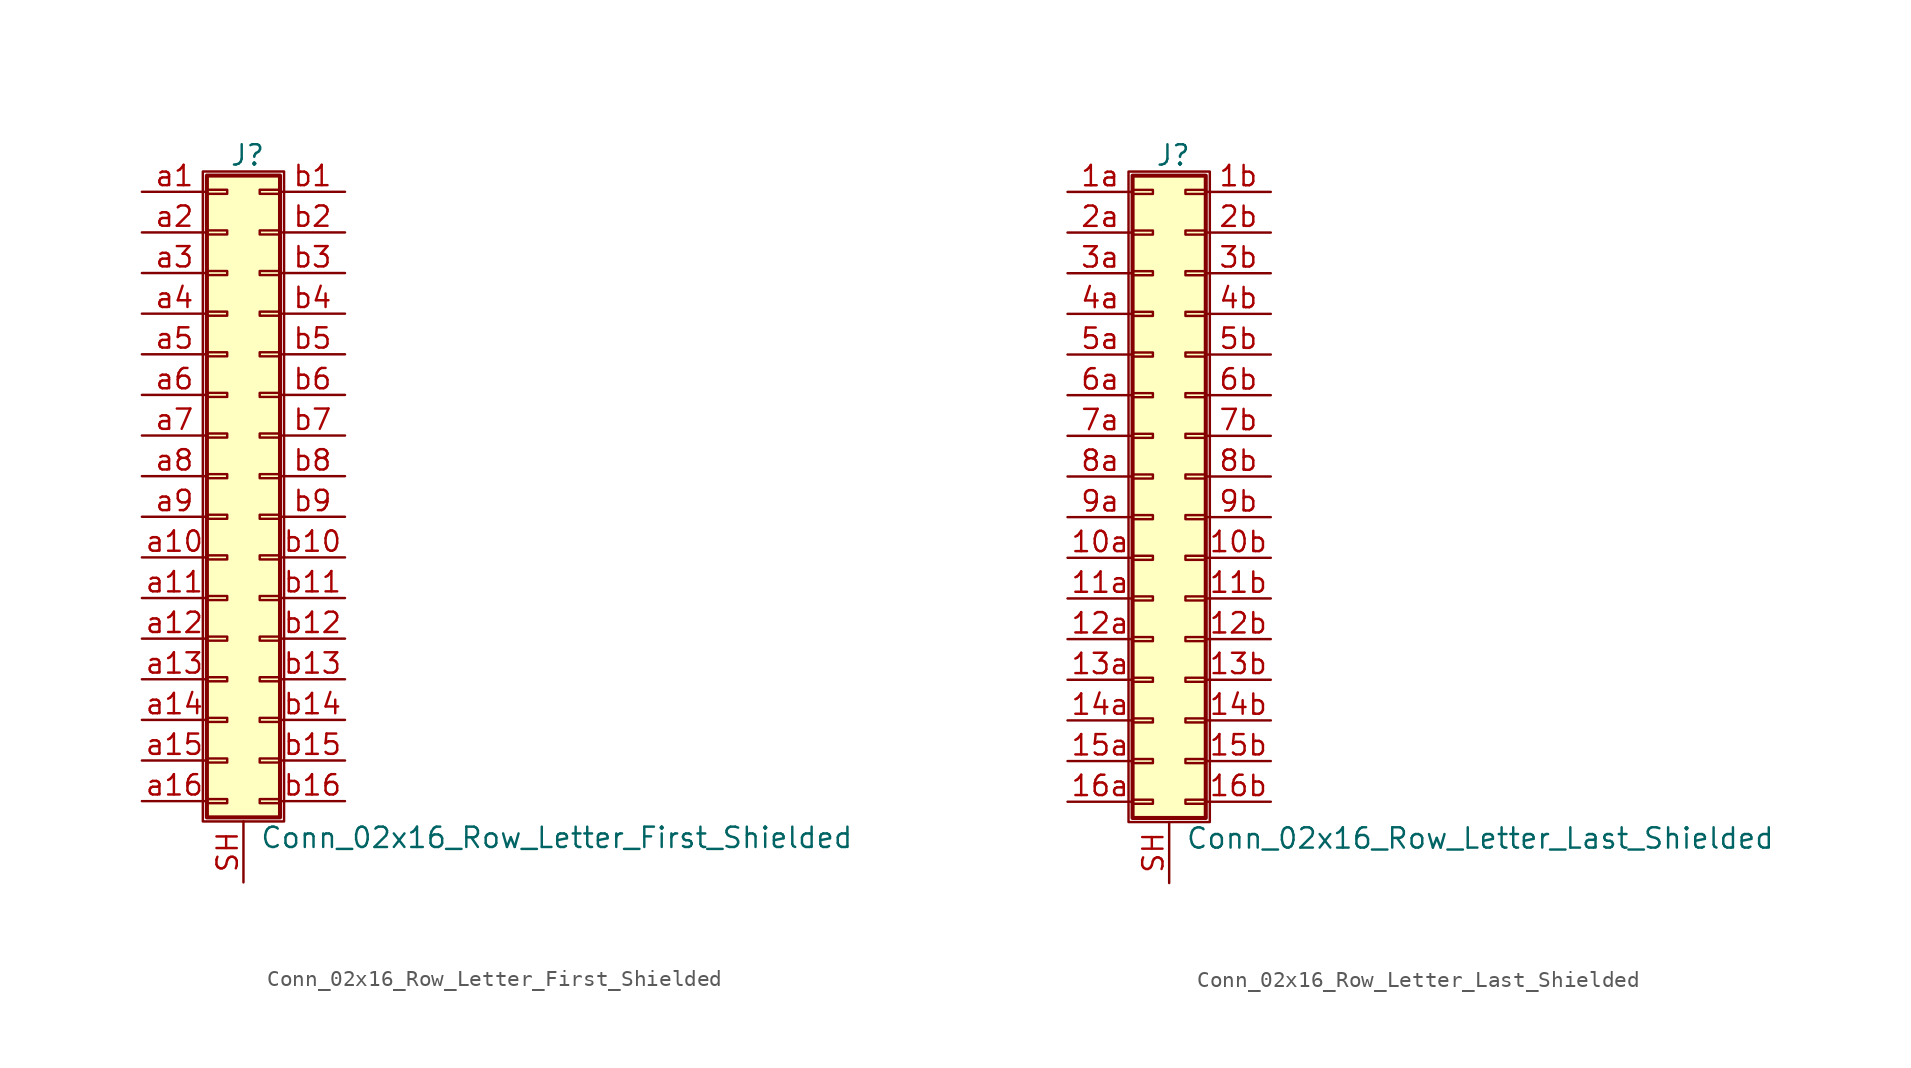
<source format=kicad_sym>
(kicad_symbol_lib
  (version 20201005)
  (generator kicad_symbol_editor)
  (symbol "Connector_Generic_Shielded:Conn_02x16_Row_Letter_First_Shielded"
    (pin_names
      (offset 1.016) hide)
    (property "Reference" "J"
      (at 1.524 20.066 0)
      (effects (font (size 1.27 1.27))))
    (property "Value" "Conn_02x16_Row_Letter_First_Shielded"
      (at 2.286 -22.606 0)
      (effects (font (size 1.27 1.27)) (justify left)))
    (symbol "Conn_02x16_Row_Letter_First_Shielded_1_1"
      (rectangle (start -1.016 -4.953) (end 0.254 -5.207) (stroke (width 0.152)) (fill (type none)))
      (rectangle (start -1.016 -7.493) (end 0.254 -7.747) (stroke (width 0.152)) (fill (type none)))
      (rectangle (start -1.016 -10.033) (end 0.254 -10.287) (stroke (width 0.152)) (fill (type none)))
      (rectangle (start -1.016 -12.573) (end 0.254 -12.827) (stroke (width 0.152)) (fill (type none)))
      (rectangle (start -1.016 -15.113) (end 0.254 -15.367) (stroke (width 0.152)) (fill (type none)))
      (rectangle (start -1.016 -17.653) (end 0.254 -17.907) (stroke (width 0.152)) (fill (type none)))
      (rectangle (start -1.016 -20.193) (end 0.254 -20.447) (stroke (width 0.152)) (fill (type none)))
      (rectangle (start -1.016 -2.413) (end 0.254 -2.667) (stroke (width 0.152)) (fill (type none)))
      (rectangle (start -1.016 2.667) (end 0.254 2.413) (stroke (width 0.152)) (fill (type none)))
      (rectangle (start -1.016 5.207) (end 0.254 4.953) (stroke (width 0.152)) (fill (type none)))
      (rectangle (start -1.016 7.747) (end 0.254 7.493) (stroke (width 0.152)) (fill (type none)))
      (rectangle (start -1.016 10.287) (end 0.254 10.033) (stroke (width 0.152)) (fill (type none)))
      (rectangle (start -1.016 0.127) (end 0.254 -0.127) (stroke (width 0.152)) (fill (type none)))
      (rectangle (start -1.016 12.827) (end 0.254 12.573) (stroke (width 0.152)) (fill (type none)))
      (rectangle (start -1.016 15.367) (end 0.254 15.113) (stroke (width 0.152)) (fill (type none)))
      (rectangle (start -1.016 17.907) (end 0.254 17.653) (stroke (width 0.152)) (fill (type none)))
      (rectangle (start -1.016 18.796) (end 3.556 -21.336) (stroke (width 0.254)) (fill (type background)))
      (rectangle (start -1.27 19.05) (end 3.81 -21.59) (stroke (width 0.152)) (fill (type none)))
      (rectangle (start 3.556 -4.953) (end 2.286 -5.207) (stroke (width 0.152)) (fill (type none)))
      (rectangle (start 3.556 -7.493) (end 2.286 -7.747) (stroke (width 0.152)) (fill (type none)))
      (rectangle (start 3.556 -10.033) (end 2.286 -10.287) (stroke (width 0.152)) (fill (type none)))
      (rectangle (start 3.556 -12.573) (end 2.286 -12.827) (stroke (width 0.152)) (fill (type none)))
      (rectangle (start 3.556 -15.113) (end 2.286 -15.367) (stroke (width 0.152)) (fill (type none)))
      (rectangle (start 3.556 -17.653) (end 2.286 -17.907) (stroke (width 0.152)) (fill (type none)))
      (rectangle (start 3.556 -20.193) (end 2.286 -20.447) (stroke (width 0.152)) (fill (type none)))
      (rectangle (start 3.556 -2.413) (end 2.286 -2.667) (stroke (width 0.152)) (fill (type none)))
      (rectangle (start 3.556 2.667) (end 2.286 2.413) (stroke (width 0.152)) (fill (type none)))
      (rectangle (start 3.556 5.207) (end 2.286 4.953) (stroke (width 0.152)) (fill (type none)))
      (rectangle (start 3.556 7.747) (end 2.286 7.493) (stroke (width 0.152)) (fill (type none)))
      (rectangle (start 3.556 10.287) (end 2.286 10.033) (stroke (width 0.152)) (fill (type none)))
      (rectangle (start 3.556 0.127) (end 2.286 -0.127) (stroke (width 0.152)) (fill (type none)))
      (rectangle (start 3.556 12.827) (end 2.286 12.573) (stroke (width 0.152)) (fill (type none)))
      (rectangle (start 3.556 15.367) (end 2.286 15.113) (stroke (width 0.152)) (fill (type none)))
      (rectangle (start 3.556 17.907) (end 2.286 17.653) (stroke (width 0.152)) (fill (type none)))
      (pin passive line (at -5.08 17.78 0) (length 4.064) (name "Pin_a1" (effects (font (size 1.27 1.27)))) (number "a1" (effects (font (size 1.27 1.27)))))
      (pin passive line (at -5.08 -5.08 0) (length 4.064) (name "Pin_a10" (effects (font (size 1.27 1.27)))) (number "a10" (effects (font (size 1.27 1.27)))))
      (pin passive line (at -5.08 -7.62 0) (length 4.064) (name "Pin_a11" (effects (font (size 1.27 1.27)))) (number "a11" (effects (font (size 1.27 1.27)))))
      (pin passive line (at -5.08 -10.16 0) (length 4.064) (name "Pin_a12" (effects (font (size 1.27 1.27)))) (number "a12" (effects (font (size 1.27 1.27)))))
      (pin passive line (at -5.08 -12.7 0) (length 4.064) (name "Pin_a13" (effects (font (size 1.27 1.27)))) (number "a13" (effects (font (size 1.27 1.27)))))
      (pin passive line (at -5.08 -15.24 0) (length 4.064) (name "Pin_a14" (effects (font (size 1.27 1.27)))) (number "a14" (effects (font (size 1.27 1.27)))))
      (pin passive line (at -5.08 -17.78 0) (length 4.064) (name "Pin_a15" (effects (font (size 1.27 1.27)))) (number "a15" (effects (font (size 1.27 1.27)))))
      (pin passive line (at -5.08 -20.32 0) (length 4.064) (name "Pin_a16" (effects (font (size 1.27 1.27)))) (number "a16" (effects (font (size 1.27 1.27)))))
      (pin passive line (at -5.08 15.24 0) (length 4.064) (name "Pin_a2" (effects (font (size 1.27 1.27)))) (number "a2" (effects (font (size 1.27 1.27)))))
      (pin passive line (at -5.08 12.7 0) (length 4.064) (name "Pin_a3" (effects (font (size 1.27 1.27)))) (number "a3" (effects (font (size 1.27 1.27)))))
      (pin passive line (at -5.08 10.16 0) (length 4.064) (name "Pin_a4" (effects (font (size 1.27 1.27)))) (number "a4" (effects (font (size 1.27 1.27)))))
      (pin passive line (at -5.08 7.62 0) (length 4.064) (name "Pin_a5" (effects (font (size 1.27 1.27)))) (number "a5" (effects (font (size 1.27 1.27)))))
      (pin passive line (at -5.08 5.08 0) (length 4.064) (name "Pin_a6" (effects (font (size 1.27 1.27)))) (number "a6" (effects (font (size 1.27 1.27)))))
      (pin passive line (at -5.08 2.54 0) (length 4.064) (name "Pin_a7" (effects (font (size 1.27 1.27)))) (number "a7" (effects (font (size 1.27 1.27)))))
      (pin passive line (at -5.08 0 0) (length 4.064) (name "Pin_a8" (effects (font (size 1.27 1.27)))) (number "a8" (effects (font (size 1.27 1.27)))))
      (pin passive line (at -5.08 -2.54 0) (length 4.064) (name "Pin_a9" (effects (font (size 1.27 1.27)))) (number "a9" (effects (font (size 1.27 1.27)))))
      (pin passive line (at 7.62 17.78 180) (length 4.064) (name "Pin_b1" (effects (font (size 1.27 1.27)))) (number "b1" (effects (font (size 1.27 1.27)))))
      (pin passive line (at 7.62 -5.08 180) (length 4.064) (name "Pin_b10" (effects (font (size 1.27 1.27)))) (number "b10" (effects (font (size 1.27 1.27)))))
      (pin passive line (at 7.62 -7.62 180) (length 4.064) (name "Pin_b11" (effects (font (size 1.27 1.27)))) (number "b11" (effects (font (size 1.27 1.27)))))
      (pin passive line (at 7.62 -10.16 180) (length 4.064) (name "Pin_b12" (effects (font (size 1.27 1.27)))) (number "b12" (effects (font (size 1.27 1.27)))))
      (pin passive line (at 7.62 -12.7 180) (length 4.064) (name "Pin_b13" (effects (font (size 1.27 1.27)))) (number "b13" (effects (font (size 1.27 1.27)))))
      (pin passive line (at 7.62 -15.24 180) (length 4.064) (name "Pin_b14" (effects (font (size 1.27 1.27)))) (number "b14" (effects (font (size 1.27 1.27)))))
      (pin passive line (at 7.62 -17.78 180) (length 4.064) (name "Pin_b15" (effects (font (size 1.27 1.27)))) (number "b15" (effects (font (size 1.27 1.27)))))
      (pin passive line (at 7.62 -20.32 180) (length 4.064) (name "Pin_b16" (effects (font (size 1.27 1.27)))) (number "b16" (effects (font (size 1.27 1.27)))))
      (pin passive line (at 7.62 15.24 180) (length 4.064) (name "Pin_b2" (effects (font (size 1.27 1.27)))) (number "b2" (effects (font (size 1.27 1.27)))))
      (pin passive line (at 7.62 12.7 180) (length 4.064) (name "Pin_b3" (effects (font (size 1.27 1.27)))) (number "b3" (effects (font (size 1.27 1.27)))))
      (pin passive line (at 7.62 10.16 180) (length 4.064) (name "Pin_b4" (effects (font (size 1.27 1.27)))) (number "b4" (effects (font (size 1.27 1.27)))))
      (pin passive line (at 7.62 7.62 180) (length 4.064) (name "Pin_b5" (effects (font (size 1.27 1.27)))) (number "b5" (effects (font (size 1.27 1.27)))))
      (pin passive line (at 7.62 5.08 180) (length 4.064) (name "Pin_b6" (effects (font (size 1.27 1.27)))) (number "b6" (effects (font (size 1.27 1.27)))))
      (pin passive line (at 7.62 2.54 180) (length 4.064) (name "Pin_b7" (effects (font (size 1.27 1.27)))) (number "b7" (effects (font (size 1.27 1.27)))))
      (pin passive line (at 7.62 0 180) (length 4.064) (name "Pin_b8" (effects (font (size 1.27 1.27)))) (number "b8" (effects (font (size 1.27 1.27)))))
      (pin passive line (at 7.62 -2.54 180) (length 4.064) (name "Pin_b9" (effects (font (size 1.27 1.27)))) (number "b9" (effects (font (size 1.27 1.27)))))
      (pin passive line (at 1.27 -25.4 90) (length 3.81) (name "Shield" (effects (font (size 1.27 1.27)))) (number "SH" (effects (font (size 1.27 1.27)))))))
  (symbol "Connector_Generic_Shielded:Conn_02x16_Row_Letter_Last_Shielded"
    (pin_names
      (offset 1.016) hide)
    (property "Reference" "J"
      (at 1.524 20.066 0)
      (effects (font (size 1.27 1.27))))
    (property "Value" "Conn_02x16_Row_Letter_Last_Shielded"
      (at 2.286 -22.606 0)
      (effects (font (size 1.27 1.27)) (justify left)))
    (symbol "Conn_02x16_Row_Letter_Last_Shielded_1_1"
      (rectangle (start -1.016 -4.953) (end 0.254 -5.207) (stroke (width 0.152)) (fill (type none)))
      (rectangle (start -1.016 -7.493) (end 0.254 -7.747) (stroke (width 0.152)) (fill (type none)))
      (rectangle (start -1.016 -10.033) (end 0.254 -10.287) (stroke (width 0.152)) (fill (type none)))
      (rectangle (start -1.016 -12.573) (end 0.254 -12.827) (stroke (width 0.152)) (fill (type none)))
      (rectangle (start -1.016 -15.113) (end 0.254 -15.367) (stroke (width 0.152)) (fill (type none)))
      (rectangle (start -1.016 -17.653) (end 0.254 -17.907) (stroke (width 0.152)) (fill (type none)))
      (rectangle (start -1.016 -20.193) (end 0.254 -20.447) (stroke (width 0.152)) (fill (type none)))
      (rectangle (start -1.016 -2.413) (end 0.254 -2.667) (stroke (width 0.152)) (fill (type none)))
      (rectangle (start -1.016 2.667) (end 0.254 2.413) (stroke (width 0.152)) (fill (type none)))
      (rectangle (start -1.016 5.207) (end 0.254 4.953) (stroke (width 0.152)) (fill (type none)))
      (rectangle (start -1.016 7.747) (end 0.254 7.493) (stroke (width 0.152)) (fill (type none)))
      (rectangle (start -1.016 10.287) (end 0.254 10.033) (stroke (width 0.152)) (fill (type none)))
      (rectangle (start -1.016 0.127) (end 0.254 -0.127) (stroke (width 0.152)) (fill (type none)))
      (rectangle (start -1.016 12.827) (end 0.254 12.573) (stroke (width 0.152)) (fill (type none)))
      (rectangle (start -1.016 15.367) (end 0.254 15.113) (stroke (width 0.152)) (fill (type none)))
      (rectangle (start -1.016 17.907) (end 0.254 17.653) (stroke (width 0.152)) (fill (type none)))
      (rectangle (start -1.016 18.796) (end 3.556 -21.336) (stroke (width 0.254)) (fill (type background)))
      (rectangle (start -1.27 19.05) (end 3.81 -21.59) (stroke (width 0.152)) (fill (type none)))
      (rectangle (start 3.556 -4.953) (end 2.286 -5.207) (stroke (width 0.152)) (fill (type none)))
      (rectangle (start 3.556 -7.493) (end 2.286 -7.747) (stroke (width 0.152)) (fill (type none)))
      (rectangle (start 3.556 -10.033) (end 2.286 -10.287) (stroke (width 0.152)) (fill (type none)))
      (rectangle (start 3.556 -12.573) (end 2.286 -12.827) (stroke (width 0.152)) (fill (type none)))
      (rectangle (start 3.556 -15.113) (end 2.286 -15.367) (stroke (width 0.152)) (fill (type none)))
      (rectangle (start 3.556 -17.653) (end 2.286 -17.907) (stroke (width 0.152)) (fill (type none)))
      (rectangle (start 3.556 -20.193) (end 2.286 -20.447) (stroke (width 0.152)) (fill (type none)))
      (rectangle (start 3.556 -2.413) (end 2.286 -2.667) (stroke (width 0.152)) (fill (type none)))
      (rectangle (start 3.556 2.667) (end 2.286 2.413) (stroke (width 0.152)) (fill (type none)))
      (rectangle (start 3.556 5.207) (end 2.286 4.953) (stroke (width 0.152)) (fill (type none)))
      (rectangle (start 3.556 7.747) (end 2.286 7.493) (stroke (width 0.152)) (fill (type none)))
      (rectangle (start 3.556 10.287) (end 2.286 10.033) (stroke (width 0.152)) (fill (type none)))
      (rectangle (start 3.556 0.127) (end 2.286 -0.127) (stroke (width 0.152)) (fill (type none)))
      (rectangle (start 3.556 12.827) (end 2.286 12.573) (stroke (width 0.152)) (fill (type none)))
      (rectangle (start 3.556 15.367) (end 2.286 15.113) (stroke (width 0.152)) (fill (type none)))
      (rectangle (start 3.556 17.907) (end 2.286 17.653) (stroke (width 0.152)) (fill (type none)))
      (pin passive line (at -5.08 -5.08 0) (length 4.064) (name "Pin_10a" (effects (font (size 1.27 1.27)))) (number "10a" (effects (font (size 1.27 1.27)))))
      (pin passive line (at 7.62 -5.08 180) (length 4.064) (name "Pin_10b" (effects (font (size 1.27 1.27)))) (number "10b" (effects (font (size 1.27 1.27)))))
      (pin passive line (at -5.08 -7.62 0) (length 4.064) (name "Pin_11a" (effects (font (size 1.27 1.27)))) (number "11a" (effects (font (size 1.27 1.27)))))
      (pin passive line (at 7.62 -7.62 180) (length 4.064) (name "Pin_11b" (effects (font (size 1.27 1.27)))) (number "11b" (effects (font (size 1.27 1.27)))))
      (pin passive line (at -5.08 -10.16 0) (length 4.064) (name "Pin_12a" (effects (font (size 1.27 1.27)))) (number "12a" (effects (font (size 1.27 1.27)))))
      (pin passive line (at 7.62 -10.16 180) (length 4.064) (name "Pin_12b" (effects (font (size 1.27 1.27)))) (number "12b" (effects (font (size 1.27 1.27)))))
      (pin passive line (at -5.08 -12.7 0) (length 4.064) (name "Pin_13a" (effects (font (size 1.27 1.27)))) (number "13a" (effects (font (size 1.27 1.27)))))
      (pin passive line (at 7.62 -12.7 180) (length 4.064) (name "Pin_13b" (effects (font (size 1.27 1.27)))) (number "13b" (effects (font (size 1.27 1.27)))))
      (pin passive line (at -5.08 -15.24 0) (length 4.064) (name "Pin_14a" (effects (font (size 1.27 1.27)))) (number "14a" (effects (font (size 1.27 1.27)))))
      (pin passive line (at 7.62 -15.24 180) (length 4.064) (name "Pin_14b" (effects (font (size 1.27 1.27)))) (number "14b" (effects (font (size 1.27 1.27)))))
      (pin passive line (at -5.08 -17.78 0) (length 4.064) (name "Pin_15a" (effects (font (size 1.27 1.27)))) (number "15a" (effects (font (size 1.27 1.27)))))
      (pin passive line (at 7.62 -17.78 180) (length 4.064) (name "Pin_15b" (effects (font (size 1.27 1.27)))) (number "15b" (effects (font (size 1.27 1.27)))))
      (pin passive line (at -5.08 -20.32 0) (length 4.064) (name "Pin_16a" (effects (font (size 1.27 1.27)))) (number "16a" (effects (font (size 1.27 1.27)))))
      (pin passive line (at 7.62 -20.32 180) (length 4.064) (name "Pin_16b" (effects (font (size 1.27 1.27)))) (number "16b" (effects (font (size 1.27 1.27)))))
      (pin passive line (at -5.08 17.78 0) (length 4.064) (name "Pin_1a" (effects (font (size 1.27 1.27)))) (number "1a" (effects (font (size 1.27 1.27)))))
      (pin passive line (at 7.62 17.78 180) (length 4.064) (name "Pin_1b" (effects (font (size 1.27 1.27)))) (number "1b" (effects (font (size 1.27 1.27)))))
      (pin passive line (at -5.08 15.24 0) (length 4.064) (name "Pin_2a" (effects (font (size 1.27 1.27)))) (number "2a" (effects (font (size 1.27 1.27)))))
      (pin passive line (at 7.62 15.24 180) (length 4.064) (name "Pin_2b" (effects (font (size 1.27 1.27)))) (number "2b" (effects (font (size 1.27 1.27)))))
      (pin passive line (at -5.08 12.7 0) (length 4.064) (name "Pin_3a" (effects (font (size 1.27 1.27)))) (number "3a" (effects (font (size 1.27 1.27)))))
      (pin passive line (at 7.62 12.7 180) (length 4.064) (name "Pin_3b" (effects (font (size 1.27 1.27)))) (number "3b" (effects (font (size 1.27 1.27)))))
      (pin passive line (at -5.08 10.16 0) (length 4.064) (name "Pin_4a" (effects (font (size 1.27 1.27)))) (number "4a" (effects (font (size 1.27 1.27)))))
      (pin passive line (at 7.62 10.16 180) (length 4.064) (name "Pin_4b" (effects (font (size 1.27 1.27)))) (number "4b" (effects (font (size 1.27 1.27)))))
      (pin passive line (at -5.08 7.62 0) (length 4.064) (name "Pin_5a" (effects (font (size 1.27 1.27)))) (number "5a" (effects (font (size 1.27 1.27)))))
      (pin passive line (at 7.62 7.62 180) (length 4.064) (name "Pin_5b" (effects (font (size 1.27 1.27)))) (number "5b" (effects (font (size 1.27 1.27)))))
      (pin passive line (at -5.08 5.08 0) (length 4.064) (name "Pin_6a" (effects (font (size 1.27 1.27)))) (number "6a" (effects (font (size 1.27 1.27)))))
      (pin passive line (at 7.62 5.08 180) (length 4.064) (name "Pin_6b" (effects (font (size 1.27 1.27)))) (number "6b" (effects (font (size 1.27 1.27)))))
      (pin passive line (at -5.08 2.54 0) (length 4.064) (name "Pin_7a" (effects (font (size 1.27 1.27)))) (number "7a" (effects (font (size 1.27 1.27)))))
      (pin passive line (at 7.62 2.54 180) (length 4.064) (name "Pin_7b" (effects (font (size 1.27 1.27)))) (number "7b" (effects (font (size 1.27 1.27)))))
      (pin passive line (at -5.08 0 0) (length 4.064) (name "Pin_8a" (effects (font (size 1.27 1.27)))) (number "8a" (effects (font (size 1.27 1.27)))))
      (pin passive line (at 7.62 0 180) (length 4.064) (name "Pin_8b" (effects (font (size 1.27 1.27)))) (number "8b" (effects (font (size 1.27 1.27)))))
      (pin passive line (at -5.08 -2.54 0) (length 4.064) (name "Pin_9a" (effects (font (size 1.27 1.27)))) (number "9a" (effects (font (size 1.27 1.27)))))
      (pin passive line (at 7.62 -2.54 180) (length 4.064) (name "Pin_9b" (effects (font (size 1.27 1.27)))) (number "9b" (effects (font (size 1.27 1.27)))))
      (pin passive line (at 1.27 -25.4 90) (length 3.81) (name "Shield" (effects (font (size 1.27 1.27)))) (number "SH" (effects (font (size 1.27 1.27))))))))
</source>
